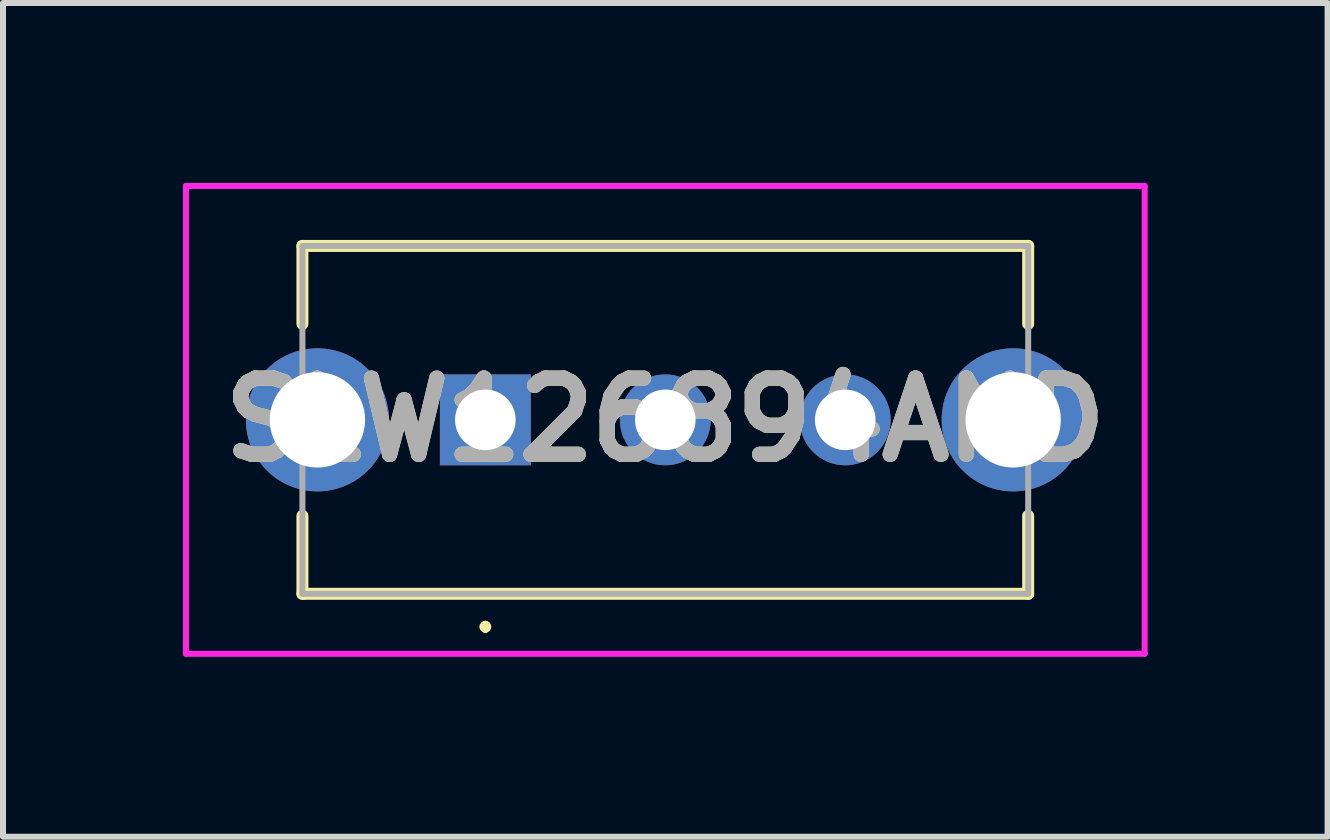
<source format=kicad_pcb>
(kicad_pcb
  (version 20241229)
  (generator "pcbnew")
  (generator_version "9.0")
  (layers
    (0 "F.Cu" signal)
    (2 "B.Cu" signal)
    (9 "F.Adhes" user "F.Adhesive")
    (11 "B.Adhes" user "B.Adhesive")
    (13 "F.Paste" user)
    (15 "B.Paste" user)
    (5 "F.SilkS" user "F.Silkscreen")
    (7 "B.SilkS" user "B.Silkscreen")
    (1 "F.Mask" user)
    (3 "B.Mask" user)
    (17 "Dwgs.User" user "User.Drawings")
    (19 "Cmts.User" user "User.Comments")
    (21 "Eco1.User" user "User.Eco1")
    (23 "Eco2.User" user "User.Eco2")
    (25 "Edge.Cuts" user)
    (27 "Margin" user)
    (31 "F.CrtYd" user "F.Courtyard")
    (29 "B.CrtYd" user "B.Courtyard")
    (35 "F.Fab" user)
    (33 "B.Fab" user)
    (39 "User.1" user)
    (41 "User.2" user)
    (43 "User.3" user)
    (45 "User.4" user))
  (footprint "SLW126894AND"
    (layer "F.Cu")
    (at 5.042 3.95)
    (property "Reference" "SLW126894AND" (at 3 0 0) (layer "F.SilkS") (effects (font (size 1.27 1.27) (thickness 0.254))))
    (attr through_hole)
    (fp_line (start -3.05 -2.9) (end 9.05 -2.9) (stroke (width 0.2) (type solid)) (layer "F.SilkS"))
    (fp_line (start -3.05 -1.6) (end -3.05 -2.9) (stroke (width 0.2) (type solid)) (layer "F.SilkS"))
    (fp_line (start -3.05 2.9) (end -3.05 1.6) (stroke (width 0.2) (type solid)) (layer "F.SilkS"))
    (fp_line (start 0 3.4) (end 0 3.4) (stroke (width 0.1) (type solid)) (layer "F.SilkS"))
    (fp_line (start 0 3.5) (end 0 3.5) (stroke (width 0.1) (type solid)) (layer "F.SilkS"))
    (fp_line (start 9.05 -2.9) (end 9.05 -1.6) (stroke (width 0.2) (type solid)) (layer "F.SilkS"))
    (fp_line (start 9.05 1.6) (end 9.05 2.9) (stroke (width 0.2) (type solid)) (layer "F.SilkS"))
    (fp_line (start 9.05 2.9) (end -3.05 2.9) (stroke (width 0.2) (type solid)) (layer "F.SilkS"))
    (fp_arc (start 0 3.4) (mid 0.05 3.45) (end 0 3.5) (stroke (width 0.1) (type solid)) (layer "F.SilkS"))
    (fp_arc (start 0 3.5) (mid -0.05 3.45) (end 0 3.4) (stroke (width 0.1) (type solid)) (layer "F.SilkS"))
    (fp_line (start -4.992 -3.9) (end 10.992 -3.9) (stroke (width 0.1) (type solid)) (layer "F.CrtYd"))
    (fp_line (start -4.992 3.9) (end -4.992 -3.9) (stroke (width 0.1) (type solid)) (layer "F.CrtYd"))
    (fp_line (start 10.992 -3.9) (end 10.992 3.9) (stroke (width 0.1) (type solid)) (layer "F.CrtYd"))
    (fp_line (start 10.992 3.9) (end -4.992 3.9) (stroke (width 0.1) (type solid)) (layer "F.CrtYd"))
    (fp_line (start -3.05 -2.9) (end 9.05 -2.9) (stroke (width 0.1) (type solid)) (layer "F.Fab"))
    (fp_line (start -3.05 2.9) (end -3.05 -2.9) (stroke (width 0.1) (type solid)) (layer "F.Fab"))
    (fp_line (start 9.05 -2.9) (end 9.05 2.9) (stroke (width 0.1) (type solid)) (layer "F.Fab"))
    (fp_line (start 9.05 2.9) (end -3.05 2.9) (stroke (width 0.1) (type solid)) (layer "F.Fab"))
    (fp_text user "${REFERENCE}" (at 3 0 0) (layer "F.Fab") (effects (font (size 1.27 1.27) (thickness 0.254))))
    (pad "1" thru_hole rect (at 0 0) (size 1.515 1.515) (drill 1.01) (layers "*.Cu" "*.Mask"))
    (pad "2" thru_hole circle (at 3 0) (size 1.515 1.515) (drill 1.01) (layers "*.Cu" "*.Mask"))
    (pad "3" thru_hole circle (at 6 0) (size 1.515 1.515) (drill 1.01) (layers "*.Cu" "*.Mask"))
    (pad "4" thru_hole circle (at -2.8 0) (size 2.385 2.385) (drill 1.59) (layers "*.Cu" "*.Mask"))
    (pad "5" thru_hole circle (at 8.8 0) (size 2.385 2.385) (drill 1.59) (layers "*.Cu" "*.Mask")))
  (gr_rect
    (start -3 -3)
    (end 19.084 10.9)
    (stroke (width 0.1) (type default))
    (fill no)
    (layer "Edge.Cuts")))
</source>
